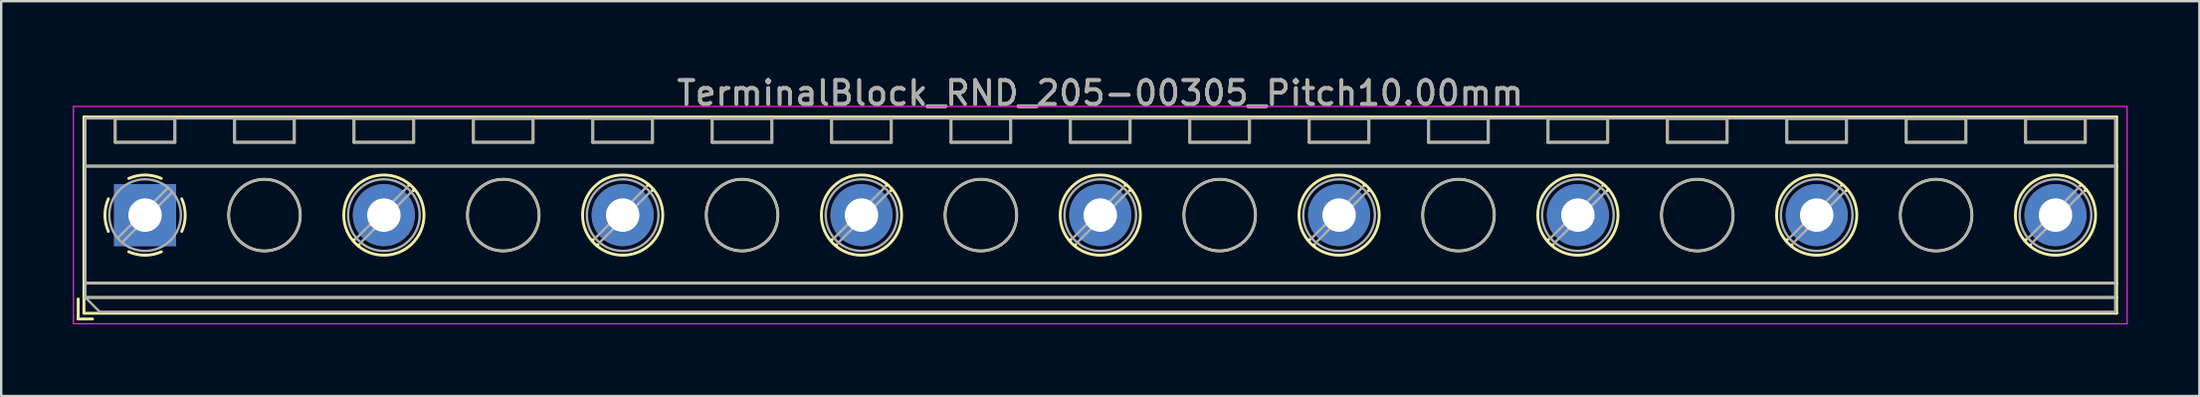
<source format=kicad_pcb>
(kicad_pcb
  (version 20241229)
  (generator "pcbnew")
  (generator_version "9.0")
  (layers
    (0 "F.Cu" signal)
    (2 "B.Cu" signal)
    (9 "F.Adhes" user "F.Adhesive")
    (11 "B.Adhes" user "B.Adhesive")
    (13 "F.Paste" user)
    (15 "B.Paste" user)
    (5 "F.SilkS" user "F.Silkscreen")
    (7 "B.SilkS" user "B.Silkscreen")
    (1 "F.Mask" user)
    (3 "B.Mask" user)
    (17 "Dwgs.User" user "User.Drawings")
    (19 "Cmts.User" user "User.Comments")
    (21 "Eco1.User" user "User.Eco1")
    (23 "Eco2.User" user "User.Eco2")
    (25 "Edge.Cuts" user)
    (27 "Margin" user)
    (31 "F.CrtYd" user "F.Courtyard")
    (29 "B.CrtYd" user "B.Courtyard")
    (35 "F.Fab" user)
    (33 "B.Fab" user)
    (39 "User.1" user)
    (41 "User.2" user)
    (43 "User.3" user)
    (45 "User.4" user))
  (footprint "TerminalBlock_RND_205-00305_Pitch10.00mm"
    (layer "F.Cu")
    (at 3.025 5.958)
    (property "Reference" "TerminalBlock_RND_205-00305_Pitch10.00mm" (at 40 -5.11 0) (layer "F.SilkS") (effects (font (size 1 1) (thickness 0.15))))
    (attr through_hole)
    (fp_line (start -2.8 3.51) (end -2.8 4.35) (stroke (width 0.12) (type solid)) (layer "F.SilkS"))
    (fp_line (start -2.8 4.35) (end -2.2 4.35) (stroke (width 0.12) (type solid)) (layer "F.SilkS"))
    (fp_line (start -2.56 -4.11) (end -2.56 4.11) (stroke (width 0.12) (type solid)) (layer "F.SilkS"))
    (fp_line (start -2.56 -2.05) (end 82.56 -2.05) (stroke (width 0.12) (type solid)) (layer "F.SilkS"))
    (fp_line (start -2.56 2.85) (end 82.56 2.85) (stroke (width 0.12) (type solid)) (layer "F.SilkS"))
    (fp_line (start -2.56 3.45) (end 82.56 3.45) (stroke (width 0.12) (type solid)) (layer "F.SilkS"))
    (fp_line (start -2.56 4.11) (end 82.56 4.11) (stroke (width 0.12) (type solid)) (layer "F.SilkS"))
    (fp_line (start -1.25 -4.05) (end -1.25 -3.05) (stroke (width 0.12) (type solid)) (layer "F.SilkS"))
    (fp_line (start -1.25 -4.05) (end 1.25 -4.05) (stroke (width 0.12) (type solid)) (layer "F.SilkS"))
    (fp_line (start -1.25 -3.05) (end 1.25 -3.05) (stroke (width 0.12) (type solid)) (layer "F.SilkS"))
    (fp_line (start 1.25 -4.05) (end 1.25 -3.05) (stroke (width 0.12) (type solid)) (layer "F.SilkS"))
    (fp_line (start 3.75 -4.05) (end 3.75 -3.05) (stroke (width 0.12) (type solid)) (layer "F.SilkS"))
    (fp_line (start 3.75 -4.05) (end 6.25 -4.05) (stroke (width 0.12) (type solid)) (layer "F.SilkS"))
    (fp_line (start 3.75 -3.05) (end 6.25 -3.05) (stroke (width 0.12) (type solid)) (layer "F.SilkS"))
    (fp_line (start 6.25 -4.05) (end 6.25 -3.05) (stroke (width 0.12) (type solid)) (layer "F.SilkS"))
    (fp_line (start 8.75 -4.05) (end 8.75 -3.05) (stroke (width 0.12) (type solid)) (layer "F.SilkS"))
    (fp_line (start 8.75 -4.05) (end 11.25 -4.05) (stroke (width 0.12) (type solid)) (layer "F.SilkS"))
    (fp_line (start 8.75 -3.05) (end 11.25 -3.05) (stroke (width 0.12) (type solid)) (layer "F.SilkS"))
    (fp_line (start 8.773 1.023) (end 8.726 1.069) (stroke (width 0.12) (type solid)) (layer "F.SilkS"))
    (fp_line (start 8.966 1.239) (end 8.931 1.274) (stroke (width 0.12) (type solid)) (layer "F.SilkS"))
    (fp_line (start 11.07 -1.275) (end 11.035 -1.239) (stroke (width 0.12) (type solid)) (layer "F.SilkS"))
    (fp_line (start 11.25 -4.05) (end 11.25 -3.05) (stroke (width 0.12) (type solid)) (layer "F.SilkS"))
    (fp_line (start 11.275 -1.069) (end 11.228 -1.023) (stroke (width 0.12) (type solid)) (layer "F.SilkS"))
    (fp_line (start 13.75 -4.05) (end 13.75 -3.05) (stroke (width 0.12) (type solid)) (layer "F.SilkS"))
    (fp_line (start 13.75 -4.05) (end 16.25 -4.05) (stroke (width 0.12) (type solid)) (layer "F.SilkS"))
    (fp_line (start 13.75 -3.05) (end 16.25 -3.05) (stroke (width 0.12) (type solid)) (layer "F.SilkS"))
    (fp_line (start 16.25 -4.05) (end 16.25 -3.05) (stroke (width 0.12) (type solid)) (layer "F.SilkS"))
    (fp_line (start 18.75 -4.05) (end 18.75 -3.05) (stroke (width 0.12) (type solid)) (layer "F.SilkS"))
    (fp_line (start 18.75 -4.05) (end 21.25 -4.05) (stroke (width 0.12) (type solid)) (layer "F.SilkS"))
    (fp_line (start 18.75 -3.05) (end 21.25 -3.05) (stroke (width 0.12) (type solid)) (layer "F.SilkS"))
    (fp_line (start 18.773 1.023) (end 18.726 1.069) (stroke (width 0.12) (type solid)) (layer "F.SilkS"))
    (fp_line (start 18.966 1.239) (end 18.931 1.274) (stroke (width 0.12) (type solid)) (layer "F.SilkS"))
    (fp_line (start 21.07 -1.275) (end 21.035 -1.239) (stroke (width 0.12) (type solid)) (layer "F.SilkS"))
    (fp_line (start 21.25 -4.05) (end 21.25 -3.05) (stroke (width 0.12) (type solid)) (layer "F.SilkS"))
    (fp_line (start 21.275 -1.069) (end 21.228 -1.023) (stroke (width 0.12) (type solid)) (layer "F.SilkS"))
    (fp_line (start 23.75 -4.05) (end 23.75 -3.05) (stroke (width 0.12) (type solid)) (layer "F.SilkS"))
    (fp_line (start 23.75 -4.05) (end 26.25 -4.05) (stroke (width 0.12) (type solid)) (layer "F.SilkS"))
    (fp_line (start 23.75 -3.05) (end 26.25 -3.05) (stroke (width 0.12) (type solid)) (layer "F.SilkS"))
    (fp_line (start 26.25 -4.05) (end 26.25 -3.05) (stroke (width 0.12) (type solid)) (layer "F.SilkS"))
    (fp_line (start 28.75 -4.05) (end 28.75 -3.05) (stroke (width 0.12) (type solid)) (layer "F.SilkS"))
    (fp_line (start 28.75 -4.05) (end 31.25 -4.05) (stroke (width 0.12) (type solid)) (layer "F.SilkS"))
    (fp_line (start 28.75 -3.05) (end 31.25 -3.05) (stroke (width 0.12) (type solid)) (layer "F.SilkS"))
    (fp_line (start 28.773 1.023) (end 28.726 1.069) (stroke (width 0.12) (type solid)) (layer "F.SilkS"))
    (fp_line (start 28.966 1.239) (end 28.931 1.274) (stroke (width 0.12) (type solid)) (layer "F.SilkS"))
    (fp_line (start 31.07 -1.275) (end 31.035 -1.239) (stroke (width 0.12) (type solid)) (layer "F.SilkS"))
    (fp_line (start 31.25 -4.05) (end 31.25 -3.05) (stroke (width 0.12) (type solid)) (layer "F.SilkS"))
    (fp_line (start 31.275 -1.069) (end 31.228 -1.023) (stroke (width 0.12) (type solid)) (layer "F.SilkS"))
    (fp_line (start 33.75 -4.05) (end 33.75 -3.05) (stroke (width 0.12) (type solid)) (layer "F.SilkS"))
    (fp_line (start 33.75 -4.05) (end 36.25 -4.05) (stroke (width 0.12) (type solid)) (layer "F.SilkS"))
    (fp_line (start 33.75 -3.05) (end 36.25 -3.05) (stroke (width 0.12) (type solid)) (layer "F.SilkS"))
    (fp_line (start 36.25 -4.05) (end 36.25 -3.05) (stroke (width 0.12) (type solid)) (layer "F.SilkS"))
    (fp_line (start 38.75 -4.05) (end 38.75 -3.05) (stroke (width 0.12) (type solid)) (layer "F.SilkS"))
    (fp_line (start 38.75 -4.05) (end 41.25 -4.05) (stroke (width 0.12) (type solid)) (layer "F.SilkS"))
    (fp_line (start 38.75 -3.05) (end 41.25 -3.05) (stroke (width 0.12) (type solid)) (layer "F.SilkS"))
    (fp_line (start 38.773 1.023) (end 38.726 1.069) (stroke (width 0.12) (type solid)) (layer "F.SilkS"))
    (fp_line (start 38.966 1.239) (end 38.931 1.274) (stroke (width 0.12) (type solid)) (layer "F.SilkS"))
    (fp_line (start 41.07 -1.275) (end 41.035 -1.239) (stroke (width 0.12) (type solid)) (layer "F.SilkS"))
    (fp_line (start 41.25 -4.05) (end 41.25 -3.05) (stroke (width 0.12) (type solid)) (layer "F.SilkS"))
    (fp_line (start 41.275 -1.069) (end 41.228 -1.023) (stroke (width 0.12) (type solid)) (layer "F.SilkS"))
    (fp_line (start 43.75 -4.05) (end 43.75 -3.05) (stroke (width 0.12) (type solid)) (layer "F.SilkS"))
    (fp_line (start 43.75 -4.05) (end 46.25 -4.05) (stroke (width 0.12) (type solid)) (layer "F.SilkS"))
    (fp_line (start 43.75 -3.05) (end 46.25 -3.05) (stroke (width 0.12) (type solid)) (layer "F.SilkS"))
    (fp_line (start 46.25 -4.05) (end 46.25 -3.05) (stroke (width 0.12) (type solid)) (layer "F.SilkS"))
    (fp_line (start 48.75 -4.05) (end 48.75 -3.05) (stroke (width 0.12) (type solid)) (layer "F.SilkS"))
    (fp_line (start 48.75 -4.05) (end 51.25 -4.05) (stroke (width 0.12) (type solid)) (layer "F.SilkS"))
    (fp_line (start 48.75 -3.05) (end 51.25 -3.05) (stroke (width 0.12) (type solid)) (layer "F.SilkS"))
    (fp_line (start 48.773 1.023) (end 48.726 1.069) (stroke (width 0.12) (type solid)) (layer "F.SilkS"))
    (fp_line (start 48.966 1.239) (end 48.931 1.274) (stroke (width 0.12) (type solid)) (layer "F.SilkS"))
    (fp_line (start 51.07 -1.275) (end 51.035 -1.239) (stroke (width 0.12) (type solid)) (layer "F.SilkS"))
    (fp_line (start 51.25 -4.05) (end 51.25 -3.05) (stroke (width 0.12) (type solid)) (layer "F.SilkS"))
    (fp_line (start 51.275 -1.069) (end 51.228 -1.023) (stroke (width 0.12) (type solid)) (layer "F.SilkS"))
    (fp_line (start 53.75 -4.05) (end 53.75 -3.05) (stroke (width 0.12) (type solid)) (layer "F.SilkS"))
    (fp_line (start 53.75 -4.05) (end 56.25 -4.05) (stroke (width 0.12) (type solid)) (layer "F.SilkS"))
    (fp_line (start 53.75 -3.05) (end 56.25 -3.05) (stroke (width 0.12) (type solid)) (layer "F.SilkS"))
    (fp_line (start 56.25 -4.05) (end 56.25 -3.05) (stroke (width 0.12) (type solid)) (layer "F.SilkS"))
    (fp_line (start 58.75 -4.05) (end 58.75 -3.05) (stroke (width 0.12) (type solid)) (layer "F.SilkS"))
    (fp_line (start 58.75 -4.05) (end 61.25 -4.05) (stroke (width 0.12) (type solid)) (layer "F.SilkS"))
    (fp_line (start 58.75 -3.05) (end 61.25 -3.05) (stroke (width 0.12) (type solid)) (layer "F.SilkS"))
    (fp_line (start 58.773 1.023) (end 58.726 1.069) (stroke (width 0.12) (type solid)) (layer "F.SilkS"))
    (fp_line (start 58.966 1.239) (end 58.931 1.274) (stroke (width 0.12) (type solid)) (layer "F.SilkS"))
    (fp_line (start 61.07 -1.275) (end 61.035 -1.239) (stroke (width 0.12) (type solid)) (layer "F.SilkS"))
    (fp_line (start 61.25 -4.05) (end 61.25 -3.05) (stroke (width 0.12) (type solid)) (layer "F.SilkS"))
    (fp_line (start 61.275 -1.069) (end 61.228 -1.023) (stroke (width 0.12) (type solid)) (layer "F.SilkS"))
    (fp_line (start 63.75 -4.05) (end 63.75 -3.05) (stroke (width 0.12) (type solid)) (layer "F.SilkS"))
    (fp_line (start 63.75 -4.05) (end 66.25 -4.05) (stroke (width 0.12) (type solid)) (layer "F.SilkS"))
    (fp_line (start 63.75 -3.05) (end 66.25 -3.05) (stroke (width 0.12) (type solid)) (layer "F.SilkS"))
    (fp_line (start 66.25 -4.05) (end 66.25 -3.05) (stroke (width 0.12) (type solid)) (layer "F.SilkS"))
    (fp_line (start 68.75 -4.05) (end 68.75 -3.05) (stroke (width 0.12) (type solid)) (layer "F.SilkS"))
    (fp_line (start 68.75 -4.05) (end 71.25 -4.05) (stroke (width 0.12) (type solid)) (layer "F.SilkS"))
    (fp_line (start 68.75 -3.05) (end 71.25 -3.05) (stroke (width 0.12) (type solid)) (layer "F.SilkS"))
    (fp_line (start 68.773 1.023) (end 68.726 1.069) (stroke (width 0.12) (type solid)) (layer "F.SilkS"))
    (fp_line (start 68.966 1.239) (end 68.931 1.274) (stroke (width 0.12) (type solid)) (layer "F.SilkS"))
    (fp_line (start 71.07 -1.275) (end 71.035 -1.239) (stroke (width 0.12) (type solid)) (layer "F.SilkS"))
    (fp_line (start 71.25 -4.05) (end 71.25 -3.05) (stroke (width 0.12) (type solid)) (layer "F.SilkS"))
    (fp_line (start 71.275 -1.069) (end 71.228 -1.023) (stroke (width 0.12) (type solid)) (layer "F.SilkS"))
    (fp_line (start 73.75 -4.05) (end 73.75 -3.05) (stroke (width 0.12) (type solid)) (layer "F.SilkS"))
    (fp_line (start 73.75 -4.05) (end 76.25 -4.05) (stroke (width 0.12) (type solid)) (layer "F.SilkS"))
    (fp_line (start 73.75 -3.05) (end 76.25 -3.05) (stroke (width 0.12) (type solid)) (layer "F.SilkS"))
    (fp_line (start 76.25 -4.05) (end 76.25 -3.05) (stroke (width 0.12) (type solid)) (layer "F.SilkS"))
    (fp_line (start 78.75 -4.05) (end 78.75 -3.05) (stroke (width 0.12) (type solid)) (layer "F.SilkS"))
    (fp_line (start 78.75 -4.05) (end 81.25 -4.05) (stroke (width 0.12) (type solid)) (layer "F.SilkS"))
    (fp_line (start 78.75 -3.05) (end 81.25 -3.05) (stroke (width 0.12) (type solid)) (layer "F.SilkS"))
    (fp_line (start 78.773 1.023) (end 78.726 1.069) (stroke (width 0.12) (type solid)) (layer "F.SilkS"))
    (fp_line (start 78.966 1.239) (end 78.931 1.274) (stroke (width 0.12) (type solid)) (layer "F.SilkS"))
    (fp_line (start 81.07 -1.275) (end 81.035 -1.239) (stroke (width 0.12) (type solid)) (layer "F.SilkS"))
    (fp_line (start 81.25 -4.05) (end 81.25 -3.05) (stroke (width 0.12) (type solid)) (layer "F.SilkS"))
    (fp_line (start 81.275 -1.069) (end 81.228 -1.023) (stroke (width 0.12) (type solid)) (layer "F.SilkS"))
    (fp_line (start 82.56 -4.11) (end -2.56 -4.11) (stroke (width 0.12) (type solid)) (layer "F.SilkS"))
    (fp_line (start 82.56 4.11) (end 82.56 -4.11) (stroke (width 0.12) (type solid)) (layer "F.SilkS"))
    (fp_arc (start -1.535427 0.683042) (mid -1.680501 -0.000524) (end -1.535 -0.684) (stroke (width 0.12) (type solid)) (layer "F.SilkS"))
    (fp_arc (start -0.683042 -1.535427) (mid 0.000524 -1.680501) (end 0.684 -1.535) (stroke (width 0.12) (type solid)) (layer "F.SilkS"))
    (fp_arc (start 0.028805 1.680253) (mid -0.335551 1.646659) (end -0.684 1.535) (stroke (width 0.12) (type solid)) (layer "F.SilkS"))
    (fp_arc (start 0.683318 1.534756) (mid 0.349292 1.643288) (end 0 1.68) (stroke (width 0.12) (type solid)) (layer "F.SilkS"))
    (fp_arc (start 1.535427 -0.683042) (mid 1.680501 0.000524) (end 1.535 0.684) (stroke (width 0.12) (type solid)) (layer "F.SilkS"))
    (fp_circle (center 5 0) (end 6.5 0) (stroke (width 0.12) (type solid)) (fill no) (layer "F.SilkS"))
    (fp_circle (center 10 0) (end 11.68 0) (stroke (width 0.12) (type solid)) (fill no) (layer "F.SilkS"))
    (fp_circle (center 15 0) (end 16.5 0) (stroke (width 0.12) (type solid)) (fill no) (layer "F.SilkS"))
    (fp_circle (center 20 0) (end 21.68 0) (stroke (width 0.12) (type solid)) (fill no) (layer "F.SilkS"))
    (fp_circle (center 25 0) (end 26.5 0) (stroke (width 0.12) (type solid)) (fill no) (layer "F.SilkS"))
    (fp_circle (center 30 0) (end 31.68 0) (stroke (width 0.12) (type solid)) (fill no) (layer "F.SilkS"))
    (fp_circle (center 35 0) (end 36.5 0) (stroke (width 0.12) (type solid)) (fill no) (layer "F.SilkS"))
    (fp_circle (center 40 0) (end 41.68 0) (stroke (width 0.12) (type solid)) (fill no) (layer "F.SilkS"))
    (fp_circle (center 45 0) (end 46.5 0) (stroke (width 0.12) (type solid)) (fill no) (layer "F.SilkS"))
    (fp_circle (center 50 0) (end 51.68 0) (stroke (width 0.12) (type solid)) (fill no) (layer "F.SilkS"))
    (fp_circle (center 55 0) (end 56.5 0) (stroke (width 0.12) (type solid)) (fill no) (layer "F.SilkS"))
    (fp_circle (center 60 0) (end 61.68 0) (stroke (width 0.12) (type solid)) (fill no) (layer "F.SilkS"))
    (fp_circle (center 65 0) (end 66.5 0) (stroke (width 0.12) (type solid)) (fill no) (layer "F.SilkS"))
    (fp_circle (center 70 0) (end 71.68 0) (stroke (width 0.12) (type solid)) (fill no) (layer "F.SilkS"))
    (fp_circle (center 75 0) (end 76.5 0) (stroke (width 0.12) (type solid)) (fill no) (layer "F.SilkS"))
    (fp_circle (center 80 0) (end 81.68 0) (stroke (width 0.12) (type solid)) (fill no) (layer "F.SilkS"))
    (fp_line (start -3 -4.55) (end -3 4.55) (stroke (width 0.05) (type solid)) (layer "F.CrtYd"))
    (fp_line (start -3 4.55) (end 83 4.55) (stroke (width 0.05) (type solid)) (layer "F.CrtYd"))
    (fp_line (start 83 -4.55) (end -3 -4.55) (stroke (width 0.05) (type solid)) (layer "F.CrtYd"))
    (fp_line (start 83 4.55) (end 83 -4.55) (stroke (width 0.05) (type solid)) (layer "F.CrtYd"))
    (fp_line (start -2.5 -4.05) (end 82.5 -4.05) (stroke (width 0.1) (type solid)) (layer "F.Fab"))
    (fp_line (start -2.5 -2.05) (end 82.5 -2.05) (stroke (width 0.1) (type solid)) (layer "F.Fab"))
    (fp_line (start -2.5 2.85) (end 82.5 2.85) (stroke (width 0.1) (type solid)) (layer "F.Fab"))
    (fp_line (start -2.5 3.45) (end -2.5 -4.05) (stroke (width 0.1) (type solid)) (layer "F.Fab"))
    (fp_line (start -2.5 3.45) (end 82.5 3.45) (stroke (width 0.1) (type solid)) (layer "F.Fab"))
    (fp_line (start -1.9 4.05) (end -2.5 3.45) (stroke (width 0.1) (type solid)) (layer "F.Fab"))
    (fp_line (start -1.25 -4.05) (end -1.25 -3.05) (stroke (width 0.1) (type solid)) (layer "F.Fab"))
    (fp_line (start -1.25 -3.05) (end 1.25 -3.05) (stroke (width 0.1) (type solid)) (layer "F.Fab"))
    (fp_line (start 0.955 -1.138) (end -1.138 0.955) (stroke (width 0.1) (type solid)) (layer "F.Fab"))
    (fp_line (start 1.138 -0.955) (end -0.955 1.138) (stroke (width 0.1) (type solid)) (layer "F.Fab"))
    (fp_line (start 1.25 -4.05) (end -1.25 -4.05) (stroke (width 0.1) (type solid)) (layer "F.Fab"))
    (fp_line (start 1.25 -3.05) (end 1.25 -4.05) (stroke (width 0.1) (type solid)) (layer "F.Fab"))
    (fp_line (start 3.75 -4.05) (end 3.75 -3.05) (stroke (width 0.1) (type solid)) (layer "F.Fab"))
    (fp_line (start 3.75 -3.05) (end 6.25 -3.05) (stroke (width 0.1) (type solid)) (layer "F.Fab"))
    (fp_line (start 6.25 -4.05) (end 3.75 -4.05) (stroke (width 0.1) (type solid)) (layer "F.Fab"))
    (fp_line (start 6.25 -3.05) (end 6.25 -4.05) (stroke (width 0.1) (type solid)) (layer "F.Fab"))
    (fp_line (start 8.75 -4.05) (end 8.75 -3.05) (stroke (width 0.1) (type solid)) (layer "F.Fab"))
    (fp_line (start 8.75 -3.05) (end 11.25 -3.05) (stroke (width 0.1) (type solid)) (layer "F.Fab"))
    (fp_line (start 10.955 -1.138) (end 8.863 0.955) (stroke (width 0.1) (type solid)) (layer "F.Fab"))
    (fp_line (start 11.138 -0.955) (end 9.046 1.138) (stroke (width 0.1) (type solid)) (layer "F.Fab"))
    (fp_line (start 11.25 -4.05) (end 8.75 -4.05) (stroke (width 0.1) (type solid)) (layer "F.Fab"))
    (fp_line (start 11.25 -3.05) (end 11.25 -4.05) (stroke (width 0.1) (type solid)) (layer "F.Fab"))
    (fp_line (start 13.75 -4.05) (end 13.75 -3.05) (stroke (width 0.1) (type solid)) (layer "F.Fab"))
    (fp_line (start 13.75 -3.05) (end 16.25 -3.05) (stroke (width 0.1) (type solid)) (layer "F.Fab"))
    (fp_line (start 16.25 -4.05) (end 13.75 -4.05) (stroke (width 0.1) (type solid)) (layer "F.Fab"))
    (fp_line (start 16.25 -3.05) (end 16.25 -4.05) (stroke (width 0.1) (type solid)) (layer "F.Fab"))
    (fp_line (start 18.75 -4.05) (end 18.75 -3.05) (stroke (width 0.1) (type solid)) (layer "F.Fab"))
    (fp_line (start 18.75 -3.05) (end 21.25 -3.05) (stroke (width 0.1) (type solid)) (layer "F.Fab"))
    (fp_line (start 20.955 -1.138) (end 18.863 0.955) (stroke (width 0.1) (type solid)) (layer "F.Fab"))
    (fp_line (start 21.138 -0.955) (end 19.046 1.138) (stroke (width 0.1) (type solid)) (layer "F.Fab"))
    (fp_line (start 21.25 -4.05) (end 18.75 -4.05) (stroke (width 0.1) (type solid)) (layer "F.Fab"))
    (fp_line (start 21.25 -3.05) (end 21.25 -4.05) (stroke (width 0.1) (type solid)) (layer "F.Fab"))
    (fp_line (start 23.75 -4.05) (end 23.75 -3.05) (stroke (width 0.1) (type solid)) (layer "F.Fab"))
    (fp_line (start 23.75 -3.05) (end 26.25 -3.05) (stroke (width 0.1) (type solid)) (layer "F.Fab"))
    (fp_line (start 26.25 -4.05) (end 23.75 -4.05) (stroke (width 0.1) (type solid)) (layer "F.Fab"))
    (fp_line (start 26.25 -3.05) (end 26.25 -4.05) (stroke (width 0.1) (type solid)) (layer "F.Fab"))
    (fp_line (start 28.75 -4.05) (end 28.75 -3.05) (stroke (width 0.1) (type solid)) (layer "F.Fab"))
    (fp_line (start 28.75 -3.05) (end 31.25 -3.05) (stroke (width 0.1) (type solid)) (layer "F.Fab"))
    (fp_line (start 30.955 -1.138) (end 28.863 0.955) (stroke (width 0.1) (type solid)) (layer "F.Fab"))
    (fp_line (start 31.138 -0.955) (end 29.046 1.138) (stroke (width 0.1) (type solid)) (layer "F.Fab"))
    (fp_line (start 31.25 -4.05) (end 28.75 -4.05) (stroke (width 0.1) (type solid)) (layer "F.Fab"))
    (fp_line (start 31.25 -3.05) (end 31.25 -4.05) (stroke (width 0.1) (type solid)) (layer "F.Fab"))
    (fp_line (start 33.75 -4.05) (end 33.75 -3.05) (stroke (width 0.1) (type solid)) (layer "F.Fab"))
    (fp_line (start 33.75 -3.05) (end 36.25 -3.05) (stroke (width 0.1) (type solid)) (layer "F.Fab"))
    (fp_line (start 36.25 -4.05) (end 33.75 -4.05) (stroke (width 0.1) (type solid)) (layer "F.Fab"))
    (fp_line (start 36.25 -3.05) (end 36.25 -4.05) (stroke (width 0.1) (type solid)) (layer "F.Fab"))
    (fp_line (start 38.75 -4.05) (end 38.75 -3.05) (stroke (width 0.1) (type solid)) (layer "F.Fab"))
    (fp_line (start 38.75 -3.05) (end 41.25 -3.05) (stroke (width 0.1) (type solid)) (layer "F.Fab"))
    (fp_line (start 40.955 -1.138) (end 38.863 0.955) (stroke (width 0.1) (type solid)) (layer "F.Fab"))
    (fp_line (start 41.138 -0.955) (end 39.046 1.138) (stroke (width 0.1) (type solid)) (layer "F.Fab"))
    (fp_line (start 41.25 -4.05) (end 38.75 -4.05) (stroke (width 0.1) (type solid)) (layer "F.Fab"))
    (fp_line (start 41.25 -3.05) (end 41.25 -4.05) (stroke (width 0.1) (type solid)) (layer "F.Fab"))
    (fp_line (start 43.75 -4.05) (end 43.75 -3.05) (stroke (width 0.1) (type solid)) (layer "F.Fab"))
    (fp_line (start 43.75 -3.05) (end 46.25 -3.05) (stroke (width 0.1) (type solid)) (layer "F.Fab"))
    (fp_line (start 46.25 -4.05) (end 43.75 -4.05) (stroke (width 0.1) (type solid)) (layer "F.Fab"))
    (fp_line (start 46.25 -3.05) (end 46.25 -4.05) (stroke (width 0.1) (type solid)) (layer "F.Fab"))
    (fp_line (start 48.75 -4.05) (end 48.75 -3.05) (stroke (width 0.1) (type solid)) (layer "F.Fab"))
    (fp_line (start 48.75 -3.05) (end 51.25 -3.05) (stroke (width 0.1) (type solid)) (layer "F.Fab"))
    (fp_line (start 50.955 -1.138) (end 48.863 0.955) (stroke (width 0.1) (type solid)) (layer "F.Fab"))
    (fp_line (start 51.138 -0.955) (end 49.046 1.138) (stroke (width 0.1) (type solid)) (layer "F.Fab"))
    (fp_line (start 51.25 -4.05) (end 48.75 -4.05) (stroke (width 0.1) (type solid)) (layer "F.Fab"))
    (fp_line (start 51.25 -3.05) (end 51.25 -4.05) (stroke (width 0.1) (type solid)) (layer "F.Fab"))
    (fp_line (start 53.75 -4.05) (end 53.75 -3.05) (stroke (width 0.1) (type solid)) (layer "F.Fab"))
    (fp_line (start 53.75 -3.05) (end 56.25 -3.05) (stroke (width 0.1) (type solid)) (layer "F.Fab"))
    (fp_line (start 56.25 -4.05) (end 53.75 -4.05) (stroke (width 0.1) (type solid)) (layer "F.Fab"))
    (fp_line (start 56.25 -3.05) (end 56.25 -4.05) (stroke (width 0.1) (type solid)) (layer "F.Fab"))
    (fp_line (start 58.75 -4.05) (end 58.75 -3.05) (stroke (width 0.1) (type solid)) (layer "F.Fab"))
    (fp_line (start 58.75 -3.05) (end 61.25 -3.05) (stroke (width 0.1) (type solid)) (layer "F.Fab"))
    (fp_line (start 60.955 -1.138) (end 58.863 0.955) (stroke (width 0.1) (type solid)) (layer "F.Fab"))
    (fp_line (start 61.138 -0.955) (end 59.046 1.138) (stroke (width 0.1) (type solid)) (layer "F.Fab"))
    (fp_line (start 61.25 -4.05) (end 58.75 -4.05) (stroke (width 0.1) (type solid)) (layer "F.Fab"))
    (fp_line (start 61.25 -3.05) (end 61.25 -4.05) (stroke (width 0.1) (type solid)) (layer "F.Fab"))
    (fp_line (start 63.75 -4.05) (end 63.75 -3.05) (stroke (width 0.1) (type solid)) (layer "F.Fab"))
    (fp_line (start 63.75 -3.05) (end 66.25 -3.05) (stroke (width 0.1) (type solid)) (layer "F.Fab"))
    (fp_line (start 66.25 -4.05) (end 63.75 -4.05) (stroke (width 0.1) (type solid)) (layer "F.Fab"))
    (fp_line (start 66.25 -3.05) (end 66.25 -4.05) (stroke (width 0.1) (type solid)) (layer "F.Fab"))
    (fp_line (start 68.75 -4.05) (end 68.75 -3.05) (stroke (width 0.1) (type solid)) (layer "F.Fab"))
    (fp_line (start 68.75 -3.05) (end 71.25 -3.05) (stroke (width 0.1) (type solid)) (layer "F.Fab"))
    (fp_line (start 70.955 -1.138) (end 68.863 0.955) (stroke (width 0.1) (type solid)) (layer "F.Fab"))
    (fp_line (start 71.138 -0.955) (end 69.046 1.138) (stroke (width 0.1) (type solid)) (layer "F.Fab"))
    (fp_line (start 71.25 -4.05) (end 68.75 -4.05) (stroke (width 0.1) (type solid)) (layer "F.Fab"))
    (fp_line (start 71.25 -3.05) (end 71.25 -4.05) (stroke (width 0.1) (type solid)) (layer "F.Fab"))
    (fp_line (start 73.75 -4.05) (end 73.75 -3.05) (stroke (width 0.1) (type solid)) (layer "F.Fab"))
    (fp_line (start 73.75 -3.05) (end 76.25 -3.05) (stroke (width 0.1) (type solid)) (layer "F.Fab"))
    (fp_line (start 76.25 -4.05) (end 73.75 -4.05) (stroke (width 0.1) (type solid)) (layer "F.Fab"))
    (fp_line (start 76.25 -3.05) (end 76.25 -4.05) (stroke (width 0.1) (type solid)) (layer "F.Fab"))
    (fp_line (start 78.75 -4.05) (end 78.75 -3.05) (stroke (width 0.1) (type solid)) (layer "F.Fab"))
    (fp_line (start 78.75 -3.05) (end 81.25 -3.05) (stroke (width 0.1) (type solid)) (layer "F.Fab"))
    (fp_line (start 80.955 -1.138) (end 78.863 0.955) (stroke (width 0.1) (type solid)) (layer "F.Fab"))
    (fp_line (start 81.138 -0.955) (end 79.046 1.138) (stroke (width 0.1) (type solid)) (layer "F.Fab"))
    (fp_line (start 81.25 -4.05) (end 78.75 -4.05) (stroke (width 0.1) (type solid)) (layer "F.Fab"))
    (fp_line (start 81.25 -3.05) (end 81.25 -4.05) (stroke (width 0.1) (type solid)) (layer "F.Fab"))
    (fp_line (start 82.5 -4.05) (end 82.5 4.05) (stroke (width 0.1) (type solid)) (layer "F.Fab"))
    (fp_line (start 82.5 4.05) (end -1.9 4.05) (stroke (width 0.1) (type solid)) (layer "F.Fab"))
    (fp_circle (center 0 0) (end 1.5 0) (stroke (width 0.1) (type solid)) (fill no) (layer "F.Fab"))
    (fp_circle (center 5 0) (end 6.5 0) (stroke (width 0.1) (type solid)) (fill no) (layer "F.Fab"))
    (fp_circle (center 10 0) (end 11.5 0) (stroke (width 0.1) (type solid)) (fill no) (layer "F.Fab"))
    (fp_circle (center 15 0) (end 16.5 0) (stroke (width 0.1) (type solid)) (fill no) (layer "F.Fab"))
    (fp_circle (center 20 0) (end 21.5 0) (stroke (width 0.1) (type solid)) (fill no) (layer "F.Fab"))
    (fp_circle (center 25 0) (end 26.5 0) (stroke (width 0.1) (type solid)) (fill no) (layer "F.Fab"))
    (fp_circle (center 30 0) (end 31.5 0) (stroke (width 0.1) (type solid)) (fill no) (layer "F.Fab"))
    (fp_circle (center 35 0) (end 36.5 0) (stroke (width 0.1) (type solid)) (fill no) (layer "F.Fab"))
    (fp_circle (center 40 0) (end 41.5 0) (stroke (width 0.1) (type solid)) (fill no) (layer "F.Fab"))
    (fp_circle (center 45 0) (end 46.5 0) (stroke (width 0.1) (type solid)) (fill no) (layer "F.Fab"))
    (fp_circle (center 50 0) (end 51.5 0) (stroke (width 0.1) (type solid)) (fill no) (layer "F.Fab"))
    (fp_circle (center 55 0) (end 56.5 0) (stroke (width 0.1) (type solid)) (fill no) (layer "F.Fab"))
    (fp_circle (center 60 0) (end 61.5 0) (stroke (width 0.1) (type solid)) (fill no) (layer "F.Fab"))
    (fp_circle (center 65 0) (end 66.5 0) (stroke (width 0.1) (type solid)) (fill no) (layer "F.Fab"))
    (fp_circle (center 70 0) (end 71.5 0) (stroke (width 0.1) (type solid)) (fill no) (layer "F.Fab"))
    (fp_circle (center 75 0) (end 76.5 0) (stroke (width 0.1) (type solid)) (fill no) (layer "F.Fab"))
    (fp_circle (center 80 0) (end 81.5 0) (stroke (width 0.1) (type solid)) (fill no) (layer "F.Fab"))
    (fp_text user "${REFERENCE}" (at 40 -5.11 0) (layer "F.Fab") (effects (font (size 1 1) (thickness 0.15))))
    (pad "1" thru_hole rect (at 0 0) (size 2.6 2.6) (drill 1.4) (layers "*.Cu" "*.Mask"))
    (pad "2" thru_hole circle (at 10 0) (size 2.6 2.6) (drill 1.4) (layers "*.Cu" "*.Mask"))
    (pad "3" thru_hole circle (at 20 0) (size 2.6 2.6) (drill 1.4) (layers "*.Cu" "*.Mask"))
    (pad "4" thru_hole circle (at 30 0) (size 2.6 2.6) (drill 1.4) (layers "*.Cu" "*.Mask"))
    (pad "5" thru_hole circle (at 40 0) (size 2.6 2.6) (drill 1.4) (layers "*.Cu" "*.Mask"))
    (pad "6" thru_hole circle (at 50 0) (size 2.6 2.6) (drill 1.4) (layers "*.Cu" "*.Mask"))
    (pad "7" thru_hole circle (at 60 0) (size 2.6 2.6) (drill 1.4) (layers "*.Cu" "*.Mask"))
    (pad "8" thru_hole circle (at 70 0) (size 2.6 2.6) (drill 1.4) (layers "*.Cu" "*.Mask"))
    (pad "9" thru_hole circle (at 80 0) (size 2.6 2.6) (drill 1.4) (layers "*.Cu" "*.Mask")))
  (gr_rect
    (start -3 -3)
    (end 89.05 13.533)
    (stroke (width 0.1) (type default))
    (fill no)
    (layer "Edge.Cuts")))
</source>
